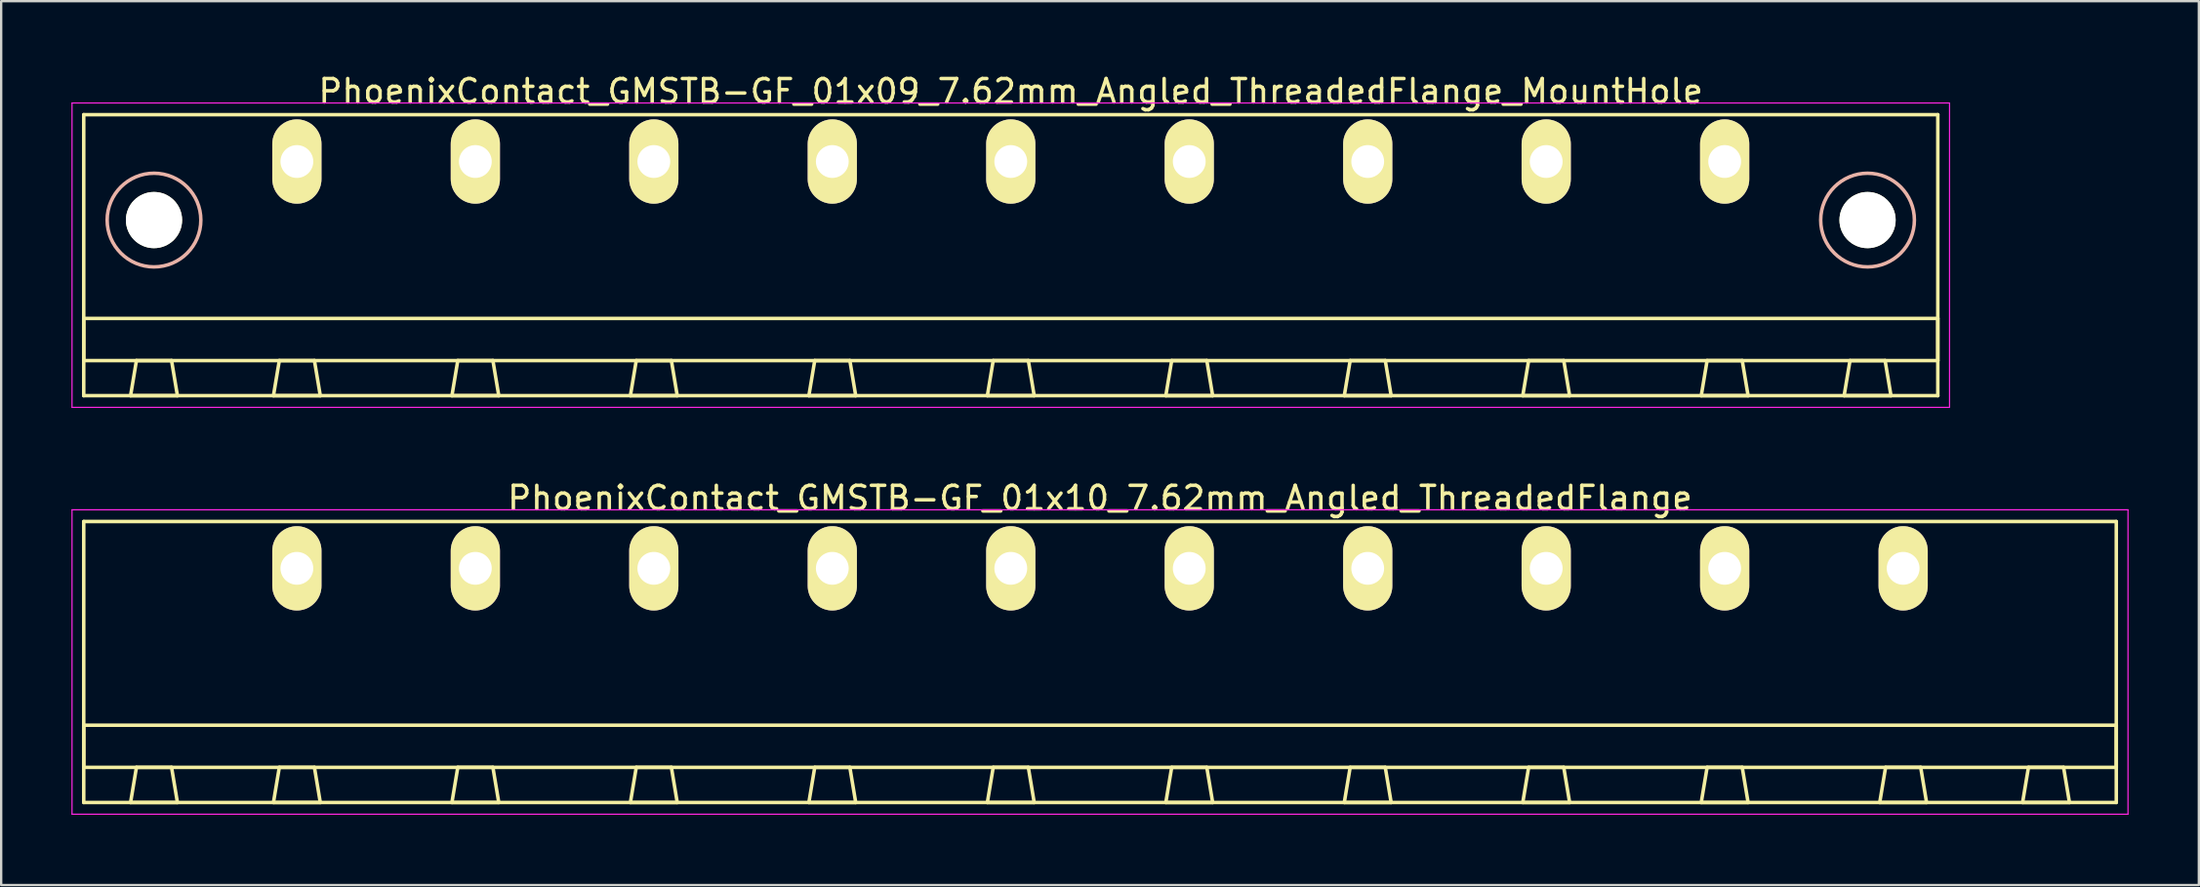
<source format=kicad_pcb>
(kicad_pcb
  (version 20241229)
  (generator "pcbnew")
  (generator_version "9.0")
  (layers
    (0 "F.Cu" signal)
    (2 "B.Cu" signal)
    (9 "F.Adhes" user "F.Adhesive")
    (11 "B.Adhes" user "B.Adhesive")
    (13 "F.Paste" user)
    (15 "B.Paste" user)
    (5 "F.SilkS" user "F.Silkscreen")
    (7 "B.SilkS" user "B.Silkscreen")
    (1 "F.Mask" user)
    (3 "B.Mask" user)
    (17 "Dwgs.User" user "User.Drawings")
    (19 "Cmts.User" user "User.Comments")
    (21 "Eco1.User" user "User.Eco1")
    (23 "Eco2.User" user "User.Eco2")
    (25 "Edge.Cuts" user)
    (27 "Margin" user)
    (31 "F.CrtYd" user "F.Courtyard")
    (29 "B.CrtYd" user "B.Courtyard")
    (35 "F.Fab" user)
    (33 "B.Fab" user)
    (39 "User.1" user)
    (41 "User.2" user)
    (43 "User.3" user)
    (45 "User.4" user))
  (footprint "PhoenixContact_GMSTB-GF_01x10_7.62mm_Angled_ThreadedFlange"
    (layer "F.Cu")
    (at 9.625 21.221)
    (property "Reference" "PhoenixContact_GMSTB-GF_01x10_7.62mm_Angled_ThreadedFlange" (at 34.29 -3 0) (layer "F.SilkS") (effects (font (size 1 1) (thickness 0.15))))
    (attr through_hole)
    (fp_line (start -9.1 -2) (end -9.1 10) (stroke (width 0.15) (type solid)) (layer "F.SilkS"))
    (fp_line (start -9.1 6.7) (end 77.68 6.7) (stroke (width 0.15) (type solid)) (layer "F.SilkS"))
    (fp_line (start -9.1 8.5) (end -9.1 6.7) (stroke (width 0.15) (type solid)) (layer "F.SilkS"))
    (fp_line (start -9.1 10) (end 77.68 10) (stroke (width 0.15) (type solid)) (layer "F.SilkS"))
    (fp_line (start -7.1 10) (end -5.1 10) (stroke (width 0.15) (type solid)) (layer "F.SilkS"))
    (fp_line (start -6.85 8.5) (end -7.1 10) (stroke (width 0.15) (type solid)) (layer "F.SilkS"))
    (fp_line (start -5.35 8.5) (end -6.85 8.5) (stroke (width 0.15) (type solid)) (layer "F.SilkS"))
    (fp_line (start -5.1 10) (end -5.35 8.5) (stroke (width 0.15) (type solid)) (layer "F.SilkS"))
    (fp_line (start -1 10) (end 1 10) (stroke (width 0.15) (type solid)) (layer "F.SilkS"))
    (fp_line (start -0.75 8.5) (end -1 10) (stroke (width 0.15) (type solid)) (layer "F.SilkS"))
    (fp_line (start 0.75 8.5) (end -0.75 8.5) (stroke (width 0.15) (type solid)) (layer "F.SilkS"))
    (fp_line (start 1 10) (end 0.75 8.5) (stroke (width 0.15) (type solid)) (layer "F.SilkS"))
    (fp_line (start 6.62 10) (end 8.62 10) (stroke (width 0.15) (type solid)) (layer "F.SilkS"))
    (fp_line (start 6.87 8.5) (end 6.62 10) (stroke (width 0.15) (type solid)) (layer "F.SilkS"))
    (fp_line (start 8.37 8.5) (end 6.87 8.5) (stroke (width 0.15) (type solid)) (layer "F.SilkS"))
    (fp_line (start 8.62 10) (end 8.37 8.5) (stroke (width 0.15) (type solid)) (layer "F.SilkS"))
    (fp_line (start 14.24 10) (end 16.24 10) (stroke (width 0.15) (type solid)) (layer "F.SilkS"))
    (fp_line (start 14.49 8.5) (end 14.24 10) (stroke (width 0.15) (type solid)) (layer "F.SilkS"))
    (fp_line (start 15.99 8.5) (end 14.49 8.5) (stroke (width 0.15) (type solid)) (layer "F.SilkS"))
    (fp_line (start 16.24 10) (end 15.99 8.5) (stroke (width 0.15) (type solid)) (layer "F.SilkS"))
    (fp_line (start 21.86 10) (end 23.86 10) (stroke (width 0.15) (type solid)) (layer "F.SilkS"))
    (fp_line (start 22.11 8.5) (end 21.86 10) (stroke (width 0.15) (type solid)) (layer "F.SilkS"))
    (fp_line (start 23.61 8.5) (end 22.11 8.5) (stroke (width 0.15) (type solid)) (layer "F.SilkS"))
    (fp_line (start 23.86 10) (end 23.61 8.5) (stroke (width 0.15) (type solid)) (layer "F.SilkS"))
    (fp_line (start 29.48 10) (end 31.48 10) (stroke (width 0.15) (type solid)) (layer "F.SilkS"))
    (fp_line (start 29.73 8.5) (end 29.48 10) (stroke (width 0.15) (type solid)) (layer "F.SilkS"))
    (fp_line (start 31.23 8.5) (end 29.73 8.5) (stroke (width 0.15) (type solid)) (layer "F.SilkS"))
    (fp_line (start 31.48 10) (end 31.23 8.5) (stroke (width 0.15) (type solid)) (layer "F.SilkS"))
    (fp_line (start 37.1 10) (end 39.1 10) (stroke (width 0.15) (type solid)) (layer "F.SilkS"))
    (fp_line (start 37.35 8.5) (end 37.1 10) (stroke (width 0.15) (type solid)) (layer "F.SilkS"))
    (fp_line (start 38.85 8.5) (end 37.35 8.5) (stroke (width 0.15) (type solid)) (layer "F.SilkS"))
    (fp_line (start 39.1 10) (end 38.85 8.5) (stroke (width 0.15) (type solid)) (layer "F.SilkS"))
    (fp_line (start 44.72 10) (end 46.72 10) (stroke (width 0.15) (type solid)) (layer "F.SilkS"))
    (fp_line (start 44.97 8.5) (end 44.72 10) (stroke (width 0.15) (type solid)) (layer "F.SilkS"))
    (fp_line (start 46.47 8.5) (end 44.97 8.5) (stroke (width 0.15) (type solid)) (layer "F.SilkS"))
    (fp_line (start 46.72 10) (end 46.47 8.5) (stroke (width 0.15) (type solid)) (layer "F.SilkS"))
    (fp_line (start 52.34 10) (end 54.34 10) (stroke (width 0.15) (type solid)) (layer "F.SilkS"))
    (fp_line (start 52.59 8.5) (end 52.34 10) (stroke (width 0.15) (type solid)) (layer "F.SilkS"))
    (fp_line (start 54.09 8.5) (end 52.59 8.5) (stroke (width 0.15) (type solid)) (layer "F.SilkS"))
    (fp_line (start 54.34 10) (end 54.09 8.5) (stroke (width 0.15) (type solid)) (layer "F.SilkS"))
    (fp_line (start 59.96 10) (end 61.96 10) (stroke (width 0.15) (type solid)) (layer "F.SilkS"))
    (fp_line (start 60.21 8.5) (end 59.96 10) (stroke (width 0.15) (type solid)) (layer "F.SilkS"))
    (fp_line (start 61.71 8.5) (end 60.21 8.5) (stroke (width 0.15) (type solid)) (layer "F.SilkS"))
    (fp_line (start 61.96 10) (end 61.71 8.5) (stroke (width 0.15) (type solid)) (layer "F.SilkS"))
    (fp_line (start 67.58 10) (end 69.58 10) (stroke (width 0.15) (type solid)) (layer "F.SilkS"))
    (fp_line (start 67.83 8.5) (end 67.58 10) (stroke (width 0.15) (type solid)) (layer "F.SilkS"))
    (fp_line (start 69.33 8.5) (end 67.83 8.5) (stroke (width 0.15) (type solid)) (layer "F.SilkS"))
    (fp_line (start 69.58 10) (end 69.33 8.5) (stroke (width 0.15) (type solid)) (layer "F.SilkS"))
    (fp_line (start 73.68 10) (end 75.68 10) (stroke (width 0.15) (type solid)) (layer "F.SilkS"))
    (fp_line (start 73.93 8.5) (end 73.68 10) (stroke (width 0.15) (type solid)) (layer "F.SilkS"))
    (fp_line (start 75.43 8.5) (end 73.93 8.5) (stroke (width 0.15) (type solid)) (layer "F.SilkS"))
    (fp_line (start 75.68 10) (end 75.43 8.5) (stroke (width 0.15) (type solid)) (layer "F.SilkS"))
    (fp_line (start 77.68 -2) (end -9.1 -2) (stroke (width 0.15) (type solid)) (layer "F.SilkS"))
    (fp_line (start 77.68 6.7) (end 77.68 8.5) (stroke (width 0.15) (type solid)) (layer "F.SilkS"))
    (fp_line (start 77.68 8.5) (end -9.1 8.5) (stroke (width 0.15) (type solid)) (layer "F.SilkS"))
    (fp_line (start 77.68 10) (end 77.68 -2) (stroke (width 0.15) (type solid)) (layer "F.SilkS"))
    (fp_line (start -9.6 -2.5) (end -9.6 10.5) (stroke (width 0.05) (type solid)) (layer "F.CrtYd"))
    (fp_line (start -9.6 10.5) (end 78.18 10.5) (stroke (width 0.05) (type solid)) (layer "F.CrtYd"))
    (fp_line (start 78.18 -2.5) (end -9.6 -2.5) (stroke (width 0.05) (type solid)) (layer "F.CrtYd"))
    (fp_line (start 78.18 10.5) (end 78.18 -2.5) (stroke (width 0.05) (type solid)) (layer "F.CrtYd"))
    (pad "1" thru_hole oval (at 0 0) (size 2.1 3.6) (drill 1.4) (layers "*.Cu" "*.Mask" "F.SilkS"))
    (pad "2" thru_hole oval (at 7.62 0) (size 2.1 3.6) (drill 1.4) (layers "*.Cu" "*.Mask" "F.SilkS"))
    (pad "3" thru_hole oval (at 15.24 0) (size 2.1 3.6) (drill 1.4) (layers "*.Cu" "*.Mask" "F.SilkS"))
    (pad "4" thru_hole oval (at 22.86 0) (size 2.1 3.6) (drill 1.4) (layers "*.Cu" "*.Mask" "F.SilkS"))
    (pad "5" thru_hole oval (at 30.48 0) (size 2.1 3.6) (drill 1.4) (layers "*.Cu" "*.Mask" "F.SilkS"))
    (pad "6" thru_hole oval (at 38.1 0) (size 2.1 3.6) (drill 1.4) (layers "*.Cu" "*.Mask" "F.SilkS"))
    (pad "7" thru_hole oval (at 45.72 0) (size 2.1 3.6) (drill 1.4) (layers "*.Cu" "*.Mask" "F.SilkS"))
    (pad "8" thru_hole oval (at 53.34 0) (size 2.1 3.6) (drill 1.4) (layers "*.Cu" "*.Mask" "F.SilkS"))
    (pad "9" thru_hole oval (at 60.96 0) (size 2.1 3.6) (drill 1.4) (layers "*.Cu" "*.Mask" "F.SilkS"))
    (pad "10" thru_hole oval (at 68.58 0) (size 2.1 3.6) (drill 1.4) (layers "*.Cu" "*.Mask" "F.SilkS")))
  (footprint "PhoenixContact_GMSTB-GF_01x09_7.62mm_Angled_ThreadedFlange_MountHole"
    (layer "F.Cu")
    (at 9.625 3.848)
    (property "Reference" "PhoenixContact_GMSTB-GF_01x09_7.62mm_Angled_ThreadedFlange_MountHole" (at 30.48 -3 0) (layer "F.SilkS") (effects (font (size 1 1) (thickness 0.15))))
    (attr through_hole)
    (fp_line (start -9.1 -2) (end -9.1 10) (stroke (width 0.15) (type solid)) (layer "F.SilkS"))
    (fp_line (start -9.1 6.7) (end 70.06 6.7) (stroke (width 0.15) (type solid)) (layer "F.SilkS"))
    (fp_line (start -9.1 8.5) (end -9.1 6.7) (stroke (width 0.15) (type solid)) (layer "F.SilkS"))
    (fp_line (start -9.1 10) (end 70.06 10) (stroke (width 0.15) (type solid)) (layer "F.SilkS"))
    (fp_line (start -7.1 10) (end -5.1 10) (stroke (width 0.15) (type solid)) (layer "F.SilkS"))
    (fp_line (start -6.85 8.5) (end -7.1 10) (stroke (width 0.15) (type solid)) (layer "F.SilkS"))
    (fp_line (start -5.35 8.5) (end -6.85 8.5) (stroke (width 0.15) (type solid)) (layer "F.SilkS"))
    (fp_line (start -5.1 10) (end -5.35 8.5) (stroke (width 0.15) (type solid)) (layer "F.SilkS"))
    (fp_line (start -1 10) (end 1 10) (stroke (width 0.15) (type solid)) (layer "F.SilkS"))
    (fp_line (start -0.75 8.5) (end -1 10) (stroke (width 0.15) (type solid)) (layer "F.SilkS"))
    (fp_line (start 0.75 8.5) (end -0.75 8.5) (stroke (width 0.15) (type solid)) (layer "F.SilkS"))
    (fp_line (start 1 10) (end 0.75 8.5) (stroke (width 0.15) (type solid)) (layer "F.SilkS"))
    (fp_line (start 6.62 10) (end 8.62 10) (stroke (width 0.15) (type solid)) (layer "F.SilkS"))
    (fp_line (start 6.87 8.5) (end 6.62 10) (stroke (width 0.15) (type solid)) (layer "F.SilkS"))
    (fp_line (start 8.37 8.5) (end 6.87 8.5) (stroke (width 0.15) (type solid)) (layer "F.SilkS"))
    (fp_line (start 8.62 10) (end 8.37 8.5) (stroke (width 0.15) (type solid)) (layer "F.SilkS"))
    (fp_line (start 14.24 10) (end 16.24 10) (stroke (width 0.15) (type solid)) (layer "F.SilkS"))
    (fp_line (start 14.49 8.5) (end 14.24 10) (stroke (width 0.15) (type solid)) (layer "F.SilkS"))
    (fp_line (start 15.99 8.5) (end 14.49 8.5) (stroke (width 0.15) (type solid)) (layer "F.SilkS"))
    (fp_line (start 16.24 10) (end 15.99 8.5) (stroke (width 0.15) (type solid)) (layer "F.SilkS"))
    (fp_line (start 21.86 10) (end 23.86 10) (stroke (width 0.15) (type solid)) (layer "F.SilkS"))
    (fp_line (start 22.11 8.5) (end 21.86 10) (stroke (width 0.15) (type solid)) (layer "F.SilkS"))
    (fp_line (start 23.61 8.5) (end 22.11 8.5) (stroke (width 0.15) (type solid)) (layer "F.SilkS"))
    (fp_line (start 23.86 10) (end 23.61 8.5) (stroke (width 0.15) (type solid)) (layer "F.SilkS"))
    (fp_line (start 29.48 10) (end 31.48 10) (stroke (width 0.15) (type solid)) (layer "F.SilkS"))
    (fp_line (start 29.73 8.5) (end 29.48 10) (stroke (width 0.15) (type solid)) (layer "F.SilkS"))
    (fp_line (start 31.23 8.5) (end 29.73 8.5) (stroke (width 0.15) (type solid)) (layer "F.SilkS"))
    (fp_line (start 31.48 10) (end 31.23 8.5) (stroke (width 0.15) (type solid)) (layer "F.SilkS"))
    (fp_line (start 37.1 10) (end 39.1 10) (stroke (width 0.15) (type solid)) (layer "F.SilkS"))
    (fp_line (start 37.35 8.5) (end 37.1 10) (stroke (width 0.15) (type solid)) (layer "F.SilkS"))
    (fp_line (start 38.85 8.5) (end 37.35 8.5) (stroke (width 0.15) (type solid)) (layer "F.SilkS"))
    (fp_line (start 39.1 10) (end 38.85 8.5) (stroke (width 0.15) (type solid)) (layer "F.SilkS"))
    (fp_line (start 44.72 10) (end 46.72 10) (stroke (width 0.15) (type solid)) (layer "F.SilkS"))
    (fp_line (start 44.97 8.5) (end 44.72 10) (stroke (width 0.15) (type solid)) (layer "F.SilkS"))
    (fp_line (start 46.47 8.5) (end 44.97 8.5) (stroke (width 0.15) (type solid)) (layer "F.SilkS"))
    (fp_line (start 46.72 10) (end 46.47 8.5) (stroke (width 0.15) (type solid)) (layer "F.SilkS"))
    (fp_line (start 52.34 10) (end 54.34 10) (stroke (width 0.15) (type solid)) (layer "F.SilkS"))
    (fp_line (start 52.59 8.5) (end 52.34 10) (stroke (width 0.15) (type solid)) (layer "F.SilkS"))
    (fp_line (start 54.09 8.5) (end 52.59 8.5) (stroke (width 0.15) (type solid)) (layer "F.SilkS"))
    (fp_line (start 54.34 10) (end 54.09 8.5) (stroke (width 0.15) (type solid)) (layer "F.SilkS"))
    (fp_line (start 59.96 10) (end 61.96 10) (stroke (width 0.15) (type solid)) (layer "F.SilkS"))
    (fp_line (start 60.21 8.5) (end 59.96 10) (stroke (width 0.15) (type solid)) (layer "F.SilkS"))
    (fp_line (start 61.71 8.5) (end 60.21 8.5) (stroke (width 0.15) (type solid)) (layer "F.SilkS"))
    (fp_line (start 61.96 10) (end 61.71 8.5) (stroke (width 0.15) (type solid)) (layer "F.SilkS"))
    (fp_line (start 66.06 10) (end 68.06 10) (stroke (width 0.15) (type solid)) (layer "F.SilkS"))
    (fp_line (start 66.31 8.5) (end 66.06 10) (stroke (width 0.15) (type solid)) (layer "F.SilkS"))
    (fp_line (start 67.81 8.5) (end 66.31 8.5) (stroke (width 0.15) (type solid)) (layer "F.SilkS"))
    (fp_line (start 68.06 10) (end 67.81 8.5) (stroke (width 0.15) (type solid)) (layer "F.SilkS"))
    (fp_line (start 70.06 -2) (end -9.1 -2) (stroke (width 0.15) (type solid)) (layer "F.SilkS"))
    (fp_line (start 70.06 6.7) (end 70.06 8.5) (stroke (width 0.15) (type solid)) (layer "F.SilkS"))
    (fp_line (start 70.06 8.5) (end -9.1 8.5) (stroke (width 0.15) (type solid)) (layer "F.SilkS"))
    (fp_line (start 70.06 10) (end 70.06 -2) (stroke (width 0.15) (type solid)) (layer "F.SilkS"))
    (fp_circle (center -6.1 2.5) (end -4.1 2.5) (stroke (width 0.15) (type solid)) (fill no) (layer "B.SilkS"))
    (fp_circle (center 67.06 2.5) (end 69.06 2.5) (stroke (width 0.15) (type solid)) (fill no) (layer "B.SilkS"))
    (fp_line (start -9.6 -2.5) (end -9.6 10.5) (stroke (width 0.05) (type solid)) (layer "F.CrtYd"))
    (fp_line (start -9.6 10.5) (end 70.56 10.5) (stroke (width 0.05) (type solid)) (layer "F.CrtYd"))
    (fp_line (start 70.56 -2.5) (end -9.6 -2.5) (stroke (width 0.05) (type solid)) (layer "F.CrtYd"))
    (fp_line (start 70.56 10.5) (end 70.56 -2.5) (stroke (width 0.05) (type solid)) (layer "F.CrtYd"))
    (pad "" np_thru_hole circle (at -6.1 2.5) (size 2.4 2.4) (drill 2.4) (layers "*.Cu" "*.Mask" "F.SilkS"))
    (pad "" np_thru_hole circle (at 67.06 2.5) (size 2.4 2.4) (drill 2.4) (layers "*.Cu" "*.Mask" "F.SilkS"))
    (pad "1" thru_hole oval (at 0 0) (size 2.1 3.6) (drill 1.4) (layers "*.Cu" "*.Mask" "F.SilkS"))
    (pad "2" thru_hole oval (at 7.62 0) (size 2.1 3.6) (drill 1.4) (layers "*.Cu" "*.Mask" "F.SilkS"))
    (pad "3" thru_hole oval (at 15.24 0) (size 2.1 3.6) (drill 1.4) (layers "*.Cu" "*.Mask" "F.SilkS"))
    (pad "4" thru_hole oval (at 22.86 0) (size 2.1 3.6) (drill 1.4) (layers "*.Cu" "*.Mask" "F.SilkS"))
    (pad "5" thru_hole oval (at 30.48 0) (size 2.1 3.6) (drill 1.4) (layers "*.Cu" "*.Mask" "F.SilkS"))
    (pad "6" thru_hole oval (at 38.1 0) (size 2.1 3.6) (drill 1.4) (layers "*.Cu" "*.Mask" "F.SilkS"))
    (pad "7" thru_hole oval (at 45.72 0) (size 2.1 3.6) (drill 1.4) (layers "*.Cu" "*.Mask" "F.SilkS"))
    (pad "8" thru_hole oval (at 53.34 0) (size 2.1 3.6) (drill 1.4) (layers "*.Cu" "*.Mask" "F.SilkS"))
    (pad "9" thru_hole oval (at 60.96 0) (size 2.1 3.6) (drill 1.4) (layers "*.Cu" "*.Mask" "F.SilkS")))
  (gr_rect
    (start -3 -3)
    (end 90.83 34.746)
    (stroke (width 0.1) (type default))
    (fill no)
    (layer "Edge.Cuts")))
</source>
